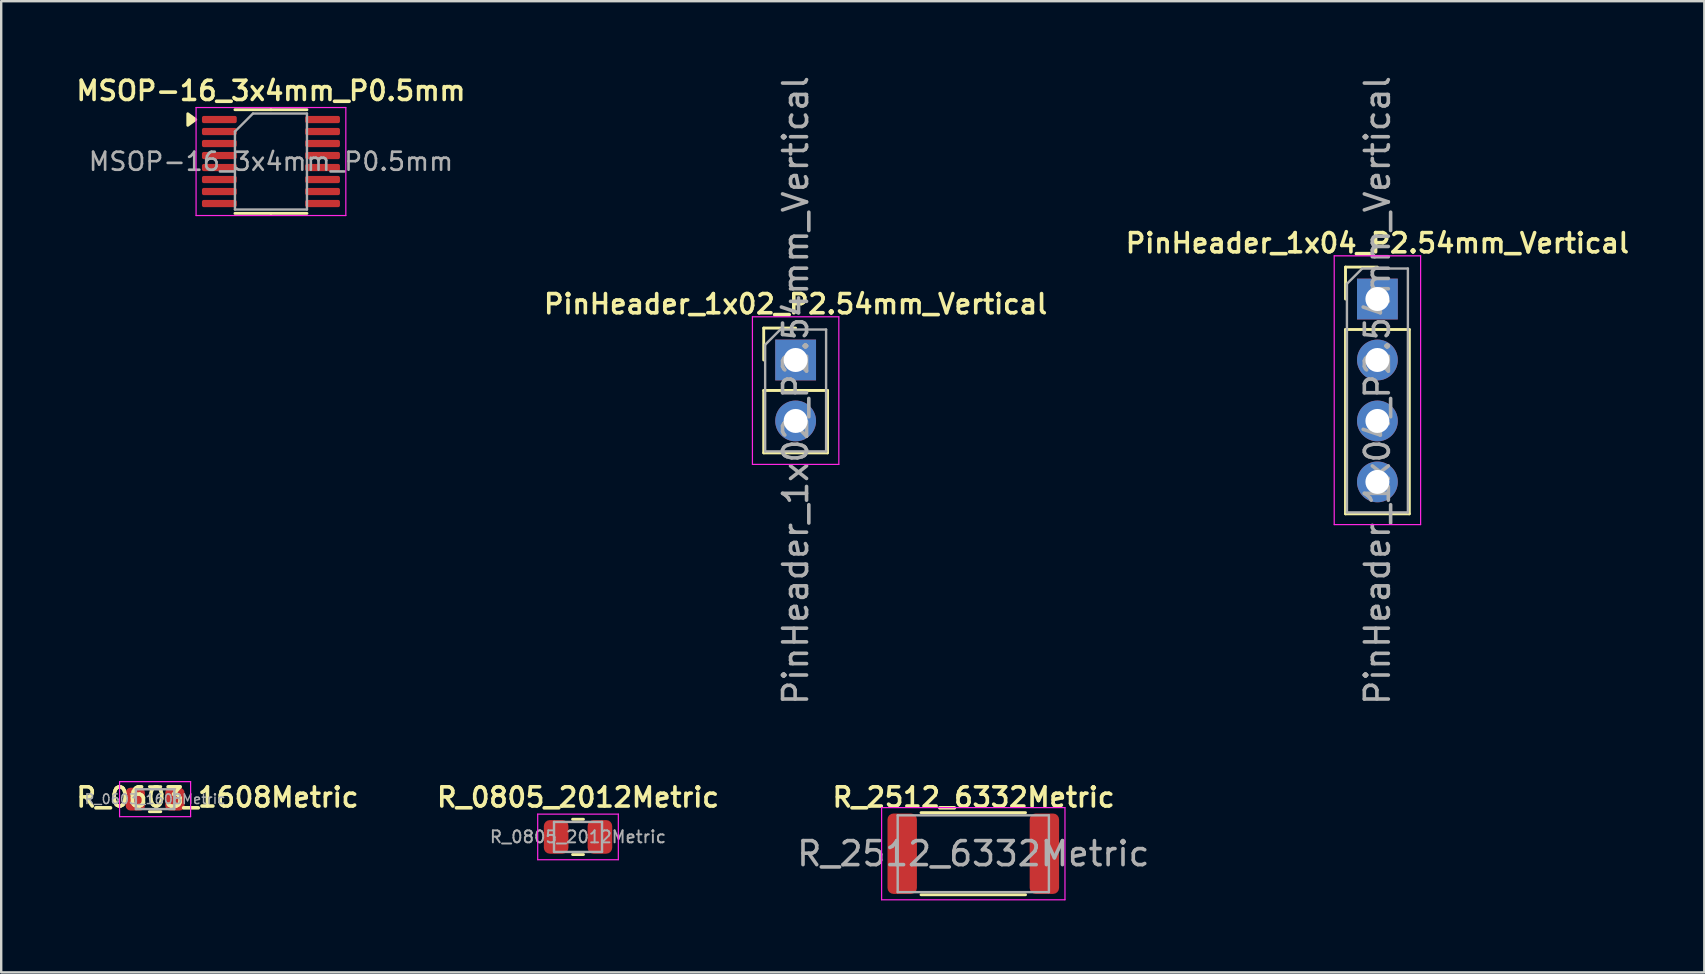
<source format=kicad_pcb>
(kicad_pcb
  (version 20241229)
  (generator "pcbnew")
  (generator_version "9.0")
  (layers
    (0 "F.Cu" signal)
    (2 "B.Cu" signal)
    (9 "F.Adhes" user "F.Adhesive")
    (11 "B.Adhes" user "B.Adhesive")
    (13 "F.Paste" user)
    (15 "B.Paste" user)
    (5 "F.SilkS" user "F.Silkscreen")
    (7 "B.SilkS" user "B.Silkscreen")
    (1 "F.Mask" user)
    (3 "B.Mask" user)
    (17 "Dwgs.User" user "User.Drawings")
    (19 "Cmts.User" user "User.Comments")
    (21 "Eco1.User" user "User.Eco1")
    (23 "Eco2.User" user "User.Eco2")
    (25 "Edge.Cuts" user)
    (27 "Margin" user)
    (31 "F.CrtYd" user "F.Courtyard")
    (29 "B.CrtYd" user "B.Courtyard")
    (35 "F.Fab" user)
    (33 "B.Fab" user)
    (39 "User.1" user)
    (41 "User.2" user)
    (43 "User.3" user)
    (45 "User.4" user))
  (footprint "R_2512_6332Metric"
    (layer "F.Cu")
    (at 37.505 32.522)
    (property "Reference" "R_2512_6332Metric" (at 0.013 -2.35 0) (layer "F.SilkS") (effects (font (size 0.8 0.8) (thickness 0.15))))
    (attr smd)
    (fp_line (start -2.177 -1.71) (end 2.177 -1.71) (stroke (width 0.12) (type solid)) (layer "F.SilkS"))
    (fp_line (start -2.177 1.71) (end 2.177 1.71) (stroke (width 0.12) (type solid)) (layer "F.SilkS"))
    (fp_line (start -3.82 -1.92) (end 3.82 -1.92) (stroke (width 0.05) (type solid)) (layer "F.CrtYd"))
    (fp_line (start -3.82 1.92) (end -3.82 -1.92) (stroke (width 0.05) (type solid)) (layer "F.CrtYd"))
    (fp_line (start 3.82 -1.92) (end 3.82 1.92) (stroke (width 0.05) (type solid)) (layer "F.CrtYd"))
    (fp_line (start 3.82 1.92) (end -3.82 1.92) (stroke (width 0.05) (type solid)) (layer "F.CrtYd"))
    (fp_line (start -3.15 -1.6) (end 3.15 -1.6) (stroke (width 0.1) (type solid)) (layer "F.Fab"))
    (fp_line (start -3.15 1.6) (end -3.15 -1.6) (stroke (width 0.1) (type solid)) (layer "F.Fab"))
    (fp_line (start 3.15 -1.6) (end 3.15 1.6) (stroke (width 0.1) (type solid)) (layer "F.Fab"))
    (fp_line (start 3.15 1.6) (end -3.15 1.6) (stroke (width 0.1) (type solid)) (layer "F.Fab"))
    (fp_text user "${REFERENCE}" (at 0 0 0) (layer "F.Fab") (effects (font (size 1 1) (thickness 0.15))))
    (pad "1" smd roundrect (at -2.962 0) (size 1.225 3.35) (layers "F.Cu" "F.Mask" "F.Paste") (roundrect_rratio 0.204))
    (pad "2" smd roundrect (at 2.962 0) (size 1.225 3.35) (layers "F.Cu" "F.Mask" "F.Paste") (roundrect_rratio 0.204)))
  (footprint "R_0805_2012Metric"
    (layer "F.Cu")
    (at 21.035 31.822)
    (property "Reference" "R_0805_2012Metric" (at 0 -1.65 0) (layer "F.SilkS") (effects (font (size 0.8 0.8) (thickness 0.15))))
    (attr smd)
    (fp_line (start -0.227 -0.735) (end 0.227 -0.735) (stroke (width 0.12) (type solid)) (layer "F.SilkS"))
    (fp_line (start -0.227 0.735) (end 0.227 0.735) (stroke (width 0.12) (type solid)) (layer "F.SilkS"))
    (fp_line (start -1.68 -0.95) (end 1.68 -0.95) (stroke (width 0.05) (type solid)) (layer "F.CrtYd"))
    (fp_line (start -1.68 0.95) (end -1.68 -0.95) (stroke (width 0.05) (type solid)) (layer "F.CrtYd"))
    (fp_line (start 1.68 -0.95) (end 1.68 0.95) (stroke (width 0.05) (type solid)) (layer "F.CrtYd"))
    (fp_line (start 1.68 0.95) (end -1.68 0.95) (stroke (width 0.05) (type solid)) (layer "F.CrtYd"))
    (fp_line (start -1 -0.625) (end 1 -0.625) (stroke (width 0.1) (type solid)) (layer "F.Fab"))
    (fp_line (start -1 0.625) (end -1 -0.625) (stroke (width 0.1) (type solid)) (layer "F.Fab"))
    (fp_line (start 1 -0.625) (end 1 0.625) (stroke (width 0.1) (type solid)) (layer "F.Fab"))
    (fp_line (start 1 0.625) (end -1 0.625) (stroke (width 0.1) (type solid)) (layer "F.Fab"))
    (fp_text user "${REFERENCE}" (at 0 0 0) (layer "F.Fab") (effects (font (size 0.5 0.5) (thickness 0.08))))
    (pad "1" smd roundrect (at -0.912 0) (size 1.025 1.4) (layers "F.Cu" "F.Mask" "F.Paste") (roundrect_rratio 0.244))
    (pad "2" smd roundrect (at 0.912 0) (size 1.025 1.4) (layers "F.Cu" "F.Mask" "F.Paste") (roundrect_rratio 0.244)))
  (footprint "PinHeader_1x04_P2.54mm_Vertical"
    (layer "F.Cu")
    (at 54.344 9.41)
    (property "Reference" "PinHeader_1x04_P2.54mm_Vertical" (at 0 -2.33 0) (layer "F.SilkS") (effects (font (size 0.8 0.8) (thickness 0.15))))
    (attr through_hole)
    (fp_line (start -1.33 -1.33) (end 0 -1.33) (stroke (width 0.12) (type solid)) (layer "F.SilkS"))
    (fp_line (start -1.33 0) (end -1.33 -1.33) (stroke (width 0.12) (type solid)) (layer "F.SilkS"))
    (fp_line (start -1.33 1.27) (end -1.33 8.95) (stroke (width 0.12) (type solid)) (layer "F.SilkS"))
    (fp_line (start -1.33 1.27) (end 1.33 1.27) (stroke (width 0.12) (type solid)) (layer "F.SilkS"))
    (fp_line (start -1.33 8.95) (end 1.33 8.95) (stroke (width 0.12) (type solid)) (layer "F.SilkS"))
    (fp_line (start 1.33 1.27) (end 1.33 8.95) (stroke (width 0.12) (type solid)) (layer "F.SilkS"))
    (fp_line (start -1.8 -1.8) (end -1.8 9.4) (stroke (width 0.05) (type solid)) (layer "F.CrtYd"))
    (fp_line (start -1.8 9.4) (end 1.8 9.4) (stroke (width 0.05) (type solid)) (layer "F.CrtYd"))
    (fp_line (start 1.8 -1.8) (end -1.8 -1.8) (stroke (width 0.05) (type solid)) (layer "F.CrtYd"))
    (fp_line (start 1.8 9.4) (end 1.8 -1.8) (stroke (width 0.05) (type solid)) (layer "F.CrtYd"))
    (fp_line (start -1.27 -0.635) (end -0.635 -1.27) (stroke (width 0.1) (type solid)) (layer "F.Fab"))
    (fp_line (start -1.27 8.89) (end -1.27 -0.635) (stroke (width 0.1) (type solid)) (layer "F.Fab"))
    (fp_line (start -0.635 -1.27) (end 1.27 -1.27) (stroke (width 0.1) (type solid)) (layer "F.Fab"))
    (fp_line (start 1.27 -1.27) (end 1.27 8.89) (stroke (width 0.1) (type solid)) (layer "F.Fab"))
    (fp_line (start 1.27 8.89) (end -1.27 8.89) (stroke (width 0.1) (type solid)) (layer "F.Fab"))
    (fp_text user "${REFERENCE}" (at 0 3.81 90) (layer "F.Fab") (effects (font (size 1 1) (thickness 0.15))))
    (pad "1" thru_hole rect (at 0 0) (size 1.7 1.7) (drill 1) (layers "*.Cu" "*.Mask"))
    (pad "2" thru_hole oval (at 0 2.54) (size 1.7 1.7) (drill 1) (layers "*.Cu" "*.Mask"))
    (pad "3" thru_hole oval (at 0 5.08) (size 1.7 1.7) (drill 1) (layers "*.Cu" "*.Mask"))
    (pad "4" thru_hole oval (at 0 7.62) (size 1.7 1.7) (drill 1) (layers "*.Cu" "*.Mask")))
  (footprint "MSOP-16_3x4mm_P0.5mm"
    (layer "F.Cu")
    (at 8.24 3.681)
    (property "Reference" "MSOP-16_3x4mm_P0.5mm" (at 0 -2.95 0) (layer "F.SilkS") (effects (font (size 0.8 0.8) (thickness 0.15))))
    (attr smd)
    (fp_line (start 0 -2.16) (end -1.5 -2.16) (stroke (width 0.12) (type solid)) (layer "F.SilkS"))
    (fp_line (start 0 -2.16) (end 1.5 -2.16) (stroke (width 0.12) (type solid)) (layer "F.SilkS"))
    (fp_line (start 0 2.16) (end -1.5 2.16) (stroke (width 0.12) (type solid)) (layer "F.SilkS"))
    (fp_line (start 0 2.16) (end 1.5 2.16) (stroke (width 0.12) (type solid)) (layer "F.SilkS"))
    (fp_poly (pts (xy -3.135 -1.75) (xy -3.465 -1.99) (xy -3.465 -1.51) (xy -3.135 -1.75)) (stroke (width 0.12) (type solid)) (fill yes) (layer "F.SilkS"))
    (fp_line (start -3.12 -2.25) (end -3.12 2.25) (stroke (width 0.05) (type solid)) (layer "F.CrtYd"))
    (fp_line (start -3.12 2.25) (end 3.12 2.25) (stroke (width 0.05) (type solid)) (layer "F.CrtYd"))
    (fp_line (start 3.12 -2.25) (end -3.12 -2.25) (stroke (width 0.05) (type solid)) (layer "F.CrtYd"))
    (fp_line (start 3.12 2.25) (end 3.12 -2.25) (stroke (width 0.05) (type solid)) (layer "F.CrtYd"))
    (fp_line (start -1.5 -1.25) (end -0.75 -2) (stroke (width 0.1) (type solid)) (layer "F.Fab"))
    (fp_line (start -1.5 2) (end -1.5 -1.25) (stroke (width 0.1) (type solid)) (layer "F.Fab"))
    (fp_line (start -0.75 -2) (end 1.5 -2) (stroke (width 0.1) (type solid)) (layer "F.Fab"))
    (fp_line (start 1.5 -2) (end 1.5 2) (stroke (width 0.1) (type solid)) (layer "F.Fab"))
    (fp_line (start 1.5 2) (end -1.5 2) (stroke (width 0.1) (type solid)) (layer "F.Fab"))
    (fp_text user "${REFERENCE}" (at 0 0 0) (layer "F.Fab") (effects (font (size 0.75 0.75) (thickness 0.11))))
    (pad "1" smd roundrect (at -2.15 -1.75) (size 1.45 0.3) (layers "F.Cu" "F.Mask" "F.Paste") (roundrect_rratio 0.25))
    (pad "2" smd roundrect (at -2.15 -1.25) (size 1.45 0.3) (layers "F.Cu" "F.Mask" "F.Paste") (roundrect_rratio 0.25))
    (pad "3" smd roundrect (at -2.15 -0.75) (size 1.45 0.3) (layers "F.Cu" "F.Mask" "F.Paste") (roundrect_rratio 0.25))
    (pad "4" smd roundrect (at -2.15 -0.25) (size 1.45 0.3) (layers "F.Cu" "F.Mask" "F.Paste") (roundrect_rratio 0.25))
    (pad "5" smd roundrect (at -2.15 0.25) (size 1.45 0.3) (layers "F.Cu" "F.Mask" "F.Paste") (roundrect_rratio 0.25))
    (pad "6" smd roundrect (at -2.15 0.75) (size 1.45 0.3) (layers "F.Cu" "F.Mask" "F.Paste") (roundrect_rratio 0.25))
    (pad "7" smd roundrect (at -2.15 1.25) (size 1.45 0.3) (layers "F.Cu" "F.Mask" "F.Paste") (roundrect_rratio 0.25))
    (pad "8" smd roundrect (at -2.15 1.75) (size 1.45 0.3) (layers "F.Cu" "F.Mask" "F.Paste") (roundrect_rratio 0.25))
    (pad "9" smd roundrect (at 2.15 1.75) (size 1.45 0.3) (layers "F.Cu" "F.Mask" "F.Paste") (roundrect_rratio 0.25))
    (pad "10" smd roundrect (at 2.15 1.25) (size 1.45 0.3) (layers "F.Cu" "F.Mask" "F.Paste") (roundrect_rratio 0.25))
    (pad "11" smd roundrect (at 2.15 0.75) (size 1.45 0.3) (layers "F.Cu" "F.Mask" "F.Paste") (roundrect_rratio 0.25))
    (pad "12" smd roundrect (at 2.15 0.25) (size 1.45 0.3) (layers "F.Cu" "F.Mask" "F.Paste") (roundrect_rratio 0.25))
    (pad "13" smd roundrect (at 2.15 -0.25) (size 1.45 0.3) (layers "F.Cu" "F.Mask" "F.Paste") (roundrect_rratio 0.25))
    (pad "14" smd roundrect (at 2.15 -0.75) (size 1.45 0.3) (layers "F.Cu" "F.Mask" "F.Paste") (roundrect_rratio 0.25))
    (pad "15" smd roundrect (at 2.15 -1.25) (size 1.45 0.3) (layers "F.Cu" "F.Mask" "F.Paste") (roundrect_rratio 0.25))
    (pad "16" smd roundrect (at 2.15 -1.75) (size 1.45 0.3) (layers "F.Cu" "F.Mask" "F.Paste") (roundrect_rratio 0.25)))
  (footprint "R_0603_1608Metric"
    (layer "F.Cu")
    (at 3.412 30.249)
    (property "Reference" "R_0603_1608Metric" (at 2.6 -0.077 0) (layer "F.SilkS") (effects (font (size 0.8 0.8) (thickness 0.15))))
    (attr smd)
    (fp_line (start -0.237 -0.522) (end 0.237 -0.522) (stroke (width 0.12) (type solid)) (layer "F.SilkS"))
    (fp_line (start -0.237 0.522) (end 0.237 0.522) (stroke (width 0.12) (type solid)) (layer "F.SilkS"))
    (fp_line (start -1.48 -0.73) (end 1.48 -0.73) (stroke (width 0.05) (type solid)) (layer "F.CrtYd"))
    (fp_line (start -1.48 0.73) (end -1.48 -0.73) (stroke (width 0.05) (type solid)) (layer "F.CrtYd"))
    (fp_line (start 1.48 -0.73) (end 1.48 0.73) (stroke (width 0.05) (type solid)) (layer "F.CrtYd"))
    (fp_line (start 1.48 0.73) (end -1.48 0.73) (stroke (width 0.05) (type solid)) (layer "F.CrtYd"))
    (fp_line (start -0.8 -0.412) (end 0.8 -0.412) (stroke (width 0.1) (type solid)) (layer "F.Fab"))
    (fp_line (start -0.8 0.412) (end -0.8 -0.412) (stroke (width 0.1) (type solid)) (layer "F.Fab"))
    (fp_line (start 0.8 -0.412) (end 0.8 0.412) (stroke (width 0.1) (type solid)) (layer "F.Fab"))
    (fp_line (start 0.8 0.412) (end -0.8 0.412) (stroke (width 0.1) (type solid)) (layer "F.Fab"))
    (fp_text user "${REFERENCE}" (at 0 0 0) (layer "F.Fab") (effects (font (size 0.4 0.4) (thickness 0.06))))
    (pad "1" smd roundrect (at -0.825 0) (size 0.8 0.95) (layers "F.Cu" "F.Mask" "F.Paste") (roundrect_rratio 0.25))
    (pad "2" smd roundrect (at 0.825 0) (size 0.8 0.95) (layers "F.Cu" "F.Mask" "F.Paste") (roundrect_rratio 0.25)))
  (footprint "PinHeader_1x02_P2.54mm_Vertical"
    (layer "F.Cu")
    (at 30.102 11.95)
    (property "Reference" "PinHeader_1x02_P2.54mm_Vertical" (at 0 -2.33 0) (layer "F.SilkS") (effects (font (size 0.8 0.8) (thickness 0.15))))
    (attr through_hole)
    (fp_line (start -1.33 -1.33) (end 0 -1.33) (stroke (width 0.12) (type solid)) (layer "F.SilkS"))
    (fp_line (start -1.33 0) (end -1.33 -1.33) (stroke (width 0.12) (type solid)) (layer "F.SilkS"))
    (fp_line (start -1.33 1.27) (end -1.33 3.87) (stroke (width 0.12) (type solid)) (layer "F.SilkS"))
    (fp_line (start -1.33 1.27) (end 1.33 1.27) (stroke (width 0.12) (type solid)) (layer "F.SilkS"))
    (fp_line (start -1.33 3.87) (end 1.33 3.87) (stroke (width 0.12) (type solid)) (layer "F.SilkS"))
    (fp_line (start 1.33 1.27) (end 1.33 3.87) (stroke (width 0.12) (type solid)) (layer "F.SilkS"))
    (fp_line (start -1.8 -1.8) (end -1.8 4.35) (stroke (width 0.05) (type solid)) (layer "F.CrtYd"))
    (fp_line (start -1.8 4.35) (end 1.8 4.35) (stroke (width 0.05) (type solid)) (layer "F.CrtYd"))
    (fp_line (start 1.8 -1.8) (end -1.8 -1.8) (stroke (width 0.05) (type solid)) (layer "F.CrtYd"))
    (fp_line (start 1.8 4.35) (end 1.8 -1.8) (stroke (width 0.05) (type solid)) (layer "F.CrtYd"))
    (fp_line (start -1.27 -0.635) (end -0.635 -1.27) (stroke (width 0.1) (type solid)) (layer "F.Fab"))
    (fp_line (start -1.27 3.81) (end -1.27 -0.635) (stroke (width 0.1) (type solid)) (layer "F.Fab"))
    (fp_line (start -0.635 -1.27) (end 1.27 -1.27) (stroke (width 0.1) (type solid)) (layer "F.Fab"))
    (fp_line (start 1.27 -1.27) (end 1.27 3.81) (stroke (width 0.1) (type solid)) (layer "F.Fab"))
    (fp_line (start 1.27 3.81) (end -1.27 3.81) (stroke (width 0.1) (type solid)) (layer "F.Fab"))
    (fp_text user "${REFERENCE}" (at 0 1.27 90) (layer "F.Fab") (effects (font (size 1 1) (thickness 0.15))))
    (pad "1" thru_hole rect (at 0 0) (size 1.7 1.7) (drill 1) (layers "*.Cu" "*.Mask"))
    (pad "2" thru_hole oval (at 0 2.54) (size 1.7 1.7) (drill 1) (layers "*.Cu" "*.Mask")))
  (gr_rect
    (start -3 -3)
    (end 67.965 37.467)
    (stroke (width 0.1) (type default))
    (fill no)
    (layer "Edge.Cuts")))
</source>
